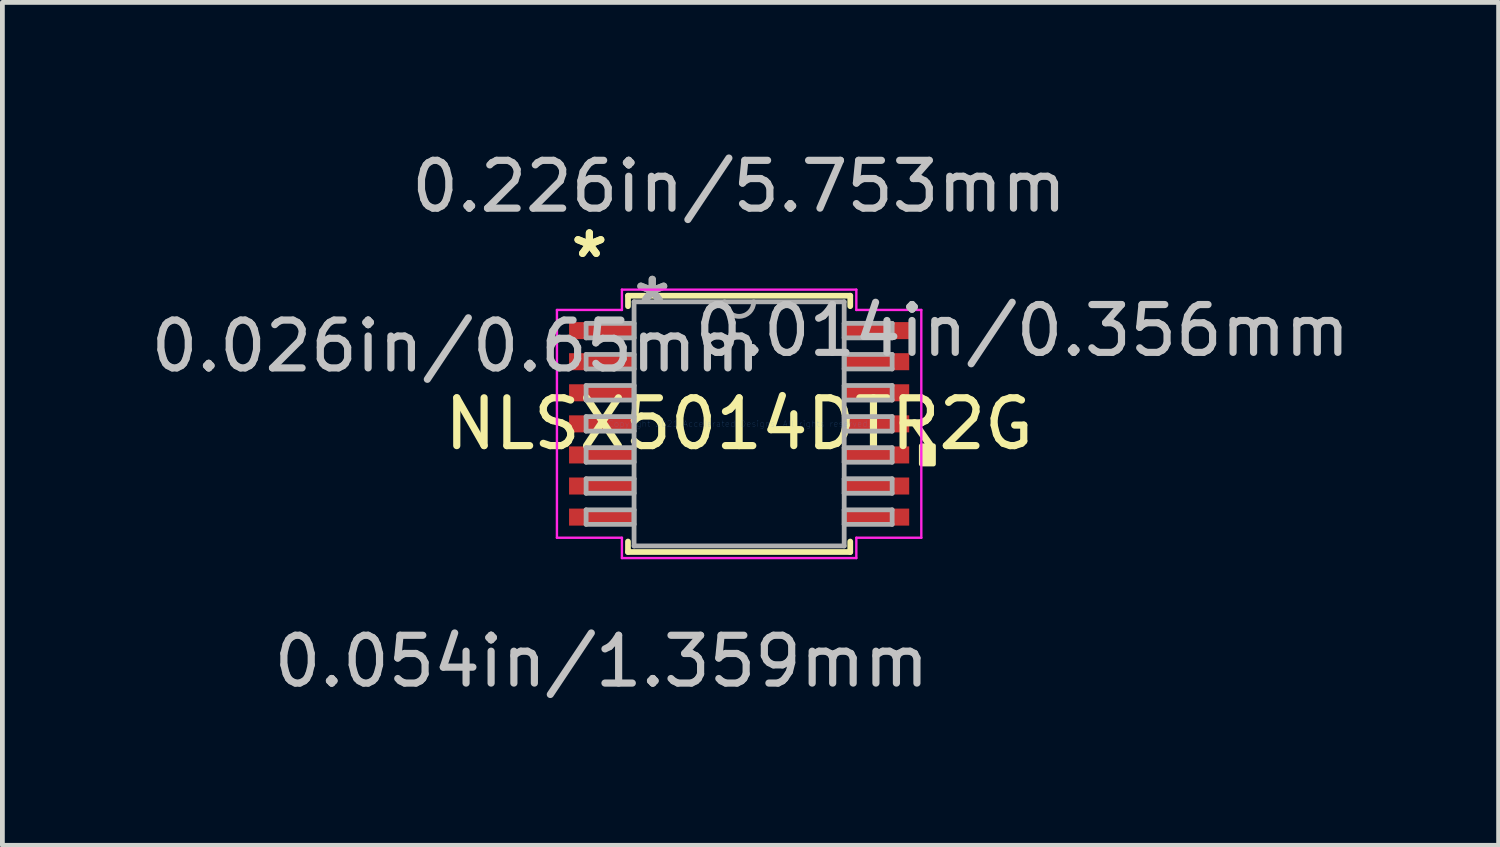
<source format=kicad_pcb>
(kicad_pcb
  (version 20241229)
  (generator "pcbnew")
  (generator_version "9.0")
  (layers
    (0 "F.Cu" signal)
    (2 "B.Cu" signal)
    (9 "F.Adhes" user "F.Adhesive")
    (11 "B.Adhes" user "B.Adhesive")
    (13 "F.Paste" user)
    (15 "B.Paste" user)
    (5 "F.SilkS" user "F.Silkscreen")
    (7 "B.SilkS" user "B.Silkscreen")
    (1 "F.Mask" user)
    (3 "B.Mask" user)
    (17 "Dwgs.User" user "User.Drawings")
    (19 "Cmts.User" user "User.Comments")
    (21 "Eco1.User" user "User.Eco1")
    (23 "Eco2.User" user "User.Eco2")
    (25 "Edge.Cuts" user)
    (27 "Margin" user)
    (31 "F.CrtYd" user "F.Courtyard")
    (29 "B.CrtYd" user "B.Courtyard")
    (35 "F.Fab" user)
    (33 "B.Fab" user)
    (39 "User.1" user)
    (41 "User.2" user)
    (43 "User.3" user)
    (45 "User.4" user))
  (footprint "NLSX5014DTR2G"
    (layer "F.Cu")
    (at 12.407 5.814)
    (property "Reference" "NLSX5014DTR2G" (at 0 0 0) (layer "F.SilkS") (effects (font (size 1 1) (thickness 0.15))))
    (attr through_hole)
    (fp_line (start -2.324 -2.68) (end -2.324 -2.461) (stroke (width 0.12) (type solid)) (layer "F.SilkS"))
    (fp_line (start -2.324 2.461) (end -2.324 2.68) (stroke (width 0.12) (type solid)) (layer "F.SilkS"))
    (fp_line (start -2.324 2.68) (end 2.324 2.68) (stroke (width 0.12) (type solid)) (layer "F.SilkS"))
    (fp_line (start 2.324 -2.68) (end -2.324 -2.68) (stroke (width 0.12) (type solid)) (layer "F.SilkS"))
    (fp_line (start 2.324 -2.461) (end 2.324 -2.68) (stroke (width 0.12) (type solid)) (layer "F.SilkS"))
    (fp_line (start 2.324 2.68) (end 2.324 2.461) (stroke (width 0.12) (type solid)) (layer "F.SilkS"))
    (fp_poly (pts (xy 4.064 0.459) (xy 4.064 0.84) (xy 3.81 0.84) (xy 3.81 0.459)) (stroke (width 0.1) (type solid)) (fill yes) (layer "F.SilkS"))
    (fp_line (start -3.81 -2.382) (end -2.451 -2.382) (stroke (width 0.05) (type solid)) (layer "F.CrtYd"))
    (fp_line (start -3.81 2.382) (end -3.81 -2.382) (stroke (width 0.05) (type solid)) (layer "F.CrtYd"))
    (fp_line (start -2.451 -2.807) (end 2.451 -2.807) (stroke (width 0.05) (type solid)) (layer "F.CrtYd"))
    (fp_line (start -2.451 -2.382) (end -2.451 -2.807) (stroke (width 0.05) (type solid)) (layer "F.CrtYd"))
    (fp_line (start -2.451 2.382) (end -3.81 2.382) (stroke (width 0.05) (type solid)) (layer "F.CrtYd"))
    (fp_line (start -2.451 2.807) (end -2.451 2.382) (stroke (width 0.05) (type solid)) (layer "F.CrtYd"))
    (fp_line (start 2.451 -2.807) (end 2.451 -2.382) (stroke (width 0.05) (type solid)) (layer "F.CrtYd"))
    (fp_line (start 2.451 -2.382) (end 3.81 -2.382) (stroke (width 0.05) (type solid)) (layer "F.CrtYd"))
    (fp_line (start 2.451 2.382) (end 2.451 2.807) (stroke (width 0.05) (type solid)) (layer "F.CrtYd"))
    (fp_line (start 2.451 2.807) (end -2.451 2.807) (stroke (width 0.05) (type solid)) (layer "F.CrtYd"))
    (fp_line (start 3.81 -2.382) (end 3.81 2.382) (stroke (width 0.05) (type solid)) (layer "F.CrtYd"))
    (fp_line (start 3.81 2.382) (end 2.451 2.382) (stroke (width 0.05) (type solid)) (layer "F.CrtYd"))
    (fp_line (start -3.2 -2.102) (end -3.2 -1.798) (stroke (width 0.1) (type solid)) (layer "F.Fab"))
    (fp_line (start -3.2 -1.798) (end -2.197 -1.798) (stroke (width 0.1) (type solid)) (layer "F.Fab"))
    (fp_line (start -3.2 -1.452) (end -3.2 -1.148) (stroke (width 0.1) (type solid)) (layer "F.Fab"))
    (fp_line (start -3.2 -1.148) (end -2.197 -1.148) (stroke (width 0.1) (type solid)) (layer "F.Fab"))
    (fp_line (start -3.2 -0.802) (end -3.2 -0.498) (stroke (width 0.1) (type solid)) (layer "F.Fab"))
    (fp_line (start -3.2 -0.498) (end -2.197 -0.498) (stroke (width 0.1) (type solid)) (layer "F.Fab"))
    (fp_line (start -3.2 -0.152) (end -3.2 0.152) (stroke (width 0.1) (type solid)) (layer "F.Fab"))
    (fp_line (start -3.2 0.152) (end -2.197 0.152) (stroke (width 0.1) (type solid)) (layer "F.Fab"))
    (fp_line (start -3.2 0.498) (end -3.2 0.802) (stroke (width 0.1) (type solid)) (layer "F.Fab"))
    (fp_line (start -3.2 0.802) (end -2.197 0.802) (stroke (width 0.1) (type solid)) (layer "F.Fab"))
    (fp_line (start -3.2 1.148) (end -3.2 1.452) (stroke (width 0.1) (type solid)) (layer "F.Fab"))
    (fp_line (start -3.2 1.452) (end -2.197 1.452) (stroke (width 0.1) (type solid)) (layer "F.Fab"))
    (fp_line (start -3.2 1.798) (end -3.2 2.102) (stroke (width 0.1) (type solid)) (layer "F.Fab"))
    (fp_line (start -3.2 2.102) (end -2.197 2.102) (stroke (width 0.1) (type solid)) (layer "F.Fab"))
    (fp_line (start -2.197 -2.553) (end -2.197 2.553) (stroke (width 0.1) (type solid)) (layer "F.Fab"))
    (fp_line (start -2.197 -2.102) (end -3.2 -2.102) (stroke (width 0.1) (type solid)) (layer "F.Fab"))
    (fp_line (start -2.197 -1.798) (end -2.197 -2.102) (stroke (width 0.1) (type solid)) (layer "F.Fab"))
    (fp_line (start -2.197 -1.452) (end -3.2 -1.452) (stroke (width 0.1) (type solid)) (layer "F.Fab"))
    (fp_line (start -2.197 -1.148) (end -2.197 -1.452) (stroke (width 0.1) (type solid)) (layer "F.Fab"))
    (fp_line (start -2.197 -0.802) (end -3.2 -0.802) (stroke (width 0.1) (type solid)) (layer "F.Fab"))
    (fp_line (start -2.197 -0.498) (end -2.197 -0.802) (stroke (width 0.1) (type solid)) (layer "F.Fab"))
    (fp_line (start -2.197 -0.152) (end -3.2 -0.152) (stroke (width 0.1) (type solid)) (layer "F.Fab"))
    (fp_line (start -2.197 0.152) (end -2.197 -0.152) (stroke (width 0.1) (type solid)) (layer "F.Fab"))
    (fp_line (start -2.197 0.498) (end -3.2 0.498) (stroke (width 0.1) (type solid)) (layer "F.Fab"))
    (fp_line (start -2.197 0.802) (end -2.197 0.498) (stroke (width 0.1) (type solid)) (layer "F.Fab"))
    (fp_line (start -2.197 1.148) (end -3.2 1.148) (stroke (width 0.1) (type solid)) (layer "F.Fab"))
    (fp_line (start -2.197 1.452) (end -2.197 1.148) (stroke (width 0.1) (type solid)) (layer "F.Fab"))
    (fp_line (start -2.197 1.798) (end -3.2 1.798) (stroke (width 0.1) (type solid)) (layer "F.Fab"))
    (fp_line (start -2.197 2.102) (end -2.197 1.798) (stroke (width 0.1) (type solid)) (layer "F.Fab"))
    (fp_line (start -2.197 2.553) (end 2.197 2.553) (stroke (width 0.1) (type solid)) (layer "F.Fab"))
    (fp_line (start 2.197 -2.553) (end -2.197 -2.553) (stroke (width 0.1) (type solid)) (layer "F.Fab"))
    (fp_line (start 2.197 -2.102) (end 2.197 -1.798) (stroke (width 0.1) (type solid)) (layer "F.Fab"))
    (fp_line (start 2.197 -1.798) (end 3.2 -1.798) (stroke (width 0.1) (type solid)) (layer "F.Fab"))
    (fp_line (start 2.197 -1.452) (end 2.197 -1.148) (stroke (width 0.1) (type solid)) (layer "F.Fab"))
    (fp_line (start 2.197 -1.148) (end 3.2 -1.148) (stroke (width 0.1) (type solid)) (layer "F.Fab"))
    (fp_line (start 2.197 -0.802) (end 2.197 -0.498) (stroke (width 0.1) (type solid)) (layer "F.Fab"))
    (fp_line (start 2.197 -0.498) (end 3.2 -0.498) (stroke (width 0.1) (type solid)) (layer "F.Fab"))
    (fp_line (start 2.197 -0.152) (end 2.197 0.152) (stroke (width 0.1) (type solid)) (layer "F.Fab"))
    (fp_line (start 2.197 0.152) (end 3.2 0.152) (stroke (width 0.1) (type solid)) (layer "F.Fab"))
    (fp_line (start 2.197 0.498) (end 2.197 0.802) (stroke (width 0.1) (type solid)) (layer "F.Fab"))
    (fp_line (start 2.197 0.802) (end 3.2 0.802) (stroke (width 0.1) (type solid)) (layer "F.Fab"))
    (fp_line (start 2.197 1.148) (end 2.197 1.452) (stroke (width 0.1) (type solid)) (layer "F.Fab"))
    (fp_line (start 2.197 1.452) (end 3.2 1.452) (stroke (width 0.1) (type solid)) (layer "F.Fab"))
    (fp_line (start 2.197 1.798) (end 2.197 2.102) (stroke (width 0.1) (type solid)) (layer "F.Fab"))
    (fp_line (start 2.197 2.102) (end 3.2 2.102) (stroke (width 0.1) (type solid)) (layer "F.Fab"))
    (fp_line (start 2.197 2.553) (end 2.197 -2.553) (stroke (width 0.1) (type solid)) (layer "F.Fab"))
    (fp_line (start 3.2 -2.102) (end 2.197 -2.102) (stroke (width 0.1) (type solid)) (layer "F.Fab"))
    (fp_line (start 3.2 -1.798) (end 3.2 -2.102) (stroke (width 0.1) (type solid)) (layer "F.Fab"))
    (fp_line (start 3.2 -1.452) (end 2.197 -1.452) (stroke (width 0.1) (type solid)) (layer "F.Fab"))
    (fp_line (start 3.2 -1.148) (end 3.2 -1.452) (stroke (width 0.1) (type solid)) (layer "F.Fab"))
    (fp_line (start 3.2 -0.802) (end 2.197 -0.802) (stroke (width 0.1) (type solid)) (layer "F.Fab"))
    (fp_line (start 3.2 -0.498) (end 3.2 -0.802) (stroke (width 0.1) (type solid)) (layer "F.Fab"))
    (fp_line (start 3.2 -0.152) (end 2.197 -0.152) (stroke (width 0.1) (type solid)) (layer "F.Fab"))
    (fp_line (start 3.2 0.152) (end 3.2 -0.152) (stroke (width 0.1) (type solid)) (layer "F.Fab"))
    (fp_line (start 3.2 0.498) (end 2.197 0.498) (stroke (width 0.1) (type solid)) (layer "F.Fab"))
    (fp_line (start 3.2 0.802) (end 3.2 0.498) (stroke (width 0.1) (type solid)) (layer "F.Fab"))
    (fp_line (start 3.2 1.148) (end 2.197 1.148) (stroke (width 0.1) (type solid)) (layer "F.Fab"))
    (fp_line (start 3.2 1.452) (end 3.2 1.148) (stroke (width 0.1) (type solid)) (layer "F.Fab"))
    (fp_line (start 3.2 1.798) (end 2.197 1.798) (stroke (width 0.1) (type solid)) (layer "F.Fab"))
    (fp_line (start 3.2 2.102) (end 3.2 1.798) (stroke (width 0.1) (type solid)) (layer "F.Fab"))
    (fp_arc (start 0.3048 -2.5527) (mid 0 -2.2479) (end -0.3048 -2.5527) (stroke (width 0.1) (type solid)) (layer "F.Fab"))
    (fp_text user "*" (at -3.131 -3.449 0) (layer "F.SilkS") (effects (font (size 1 1) (thickness 0.15))))
    (fp_text user "*" (at -3.131 -3.449 0) (layer "F.SilkS") (effects (font (size 1 1) (thickness 0.15))))
    (fp_text user "0.026in/0.65mm" (at -5.925 -1.625 0) (layer "Dwgs.User") (effects (font (size 1 1) (thickness 0.15))))
    (fp_text user "0.054in/1.359mm" (at -2.877 4.966 0) (layer "Dwgs.User") (effects (font (size 1 1) (thickness 0.15))))
    (fp_text user "0.014in/0.356mm" (at 5.925 -1.95 0) (layer "Dwgs.User") (effects (font (size 1 1) (thickness 0.15))))
    (fp_text user "0.226in/5.753mm" (at 0 -4.966 0) (layer "Dwgs.User") (effects (font (size 1 1) (thickness 0.15))))
    (fp_text user "Copyright 2021 Accelerated Designs. All rights reserved." (at 0 0 0) (layer "Cmts.User") (effects (font (size 0.127 0.127) (thickness 0.002))))
    (fp_text user "*" (at -1.816 -2.477 0) (layer "F.Fab") (effects (font (size 1 1) (thickness 0.15))))
    (fp_text user "*" (at -1.816 -2.477 0) (layer "F.Fab") (effects (font (size 1 1) (thickness 0.15))))
    (pad "1" smd rect (at -2.877 -1.95) (size 1.359 0.356) (layers "F.Cu" "F.Mask" "F.Paste"))
    (pad "2" smd rect (at -2.877 -1.3) (size 1.359 0.356) (layers "F.Cu" "F.Mask" "F.Paste"))
    (pad "3" smd rect (at -2.877 -0.65) (size 1.359 0.356) (layers "F.Cu" "F.Mask" "F.Paste"))
    (pad "4" smd rect (at -2.877 0) (size 1.359 0.356) (layers "F.Cu" "F.Mask" "F.Paste"))
    (pad "5" smd rect (at -2.877 0.65) (size 1.359 0.356) (layers "F.Cu" "F.Mask" "F.Paste"))
    (pad "6" smd rect (at -2.877 1.3) (size 1.359 0.356) (layers "F.Cu" "F.Mask" "F.Paste"))
    (pad "7" smd rect (at -2.877 1.95) (size 1.359 0.356) (layers "F.Cu" "F.Mask" "F.Paste"))
    (pad "8" smd rect (at 2.877 1.95) (size 1.359 0.356) (layers "F.Cu" "F.Mask" "F.Paste"))
    (pad "9" smd rect (at 2.877 1.3) (size 1.359 0.356) (layers "F.Cu" "F.Mask" "F.Paste"))
    (pad "10" smd rect (at 2.877 0.65) (size 1.359 0.356) (layers "F.Cu" "F.Mask" "F.Paste"))
    (pad "11" smd rect (at 2.877 0) (size 1.359 0.356) (layers "F.Cu" "F.Mask" "F.Paste"))
    (pad "12" smd rect (at 2.877 -0.65) (size 1.359 0.356) (layers "F.Cu" "F.Mask" "F.Paste"))
    (pad "13" smd rect (at 2.877 -1.3) (size 1.359 0.356) (layers "F.Cu" "F.Mask" "F.Paste"))
    (pad "14" smd rect (at 2.877 -1.95) (size 1.359 0.356) (layers "F.Cu" "F.Mask" "F.Paste")))
  (gr_rect
    (start -3 -3)
    (end 28.29 14.628)
    (stroke (width 0.1) (type default))
    (fill no)
    (layer "Edge.Cuts")))
</source>
